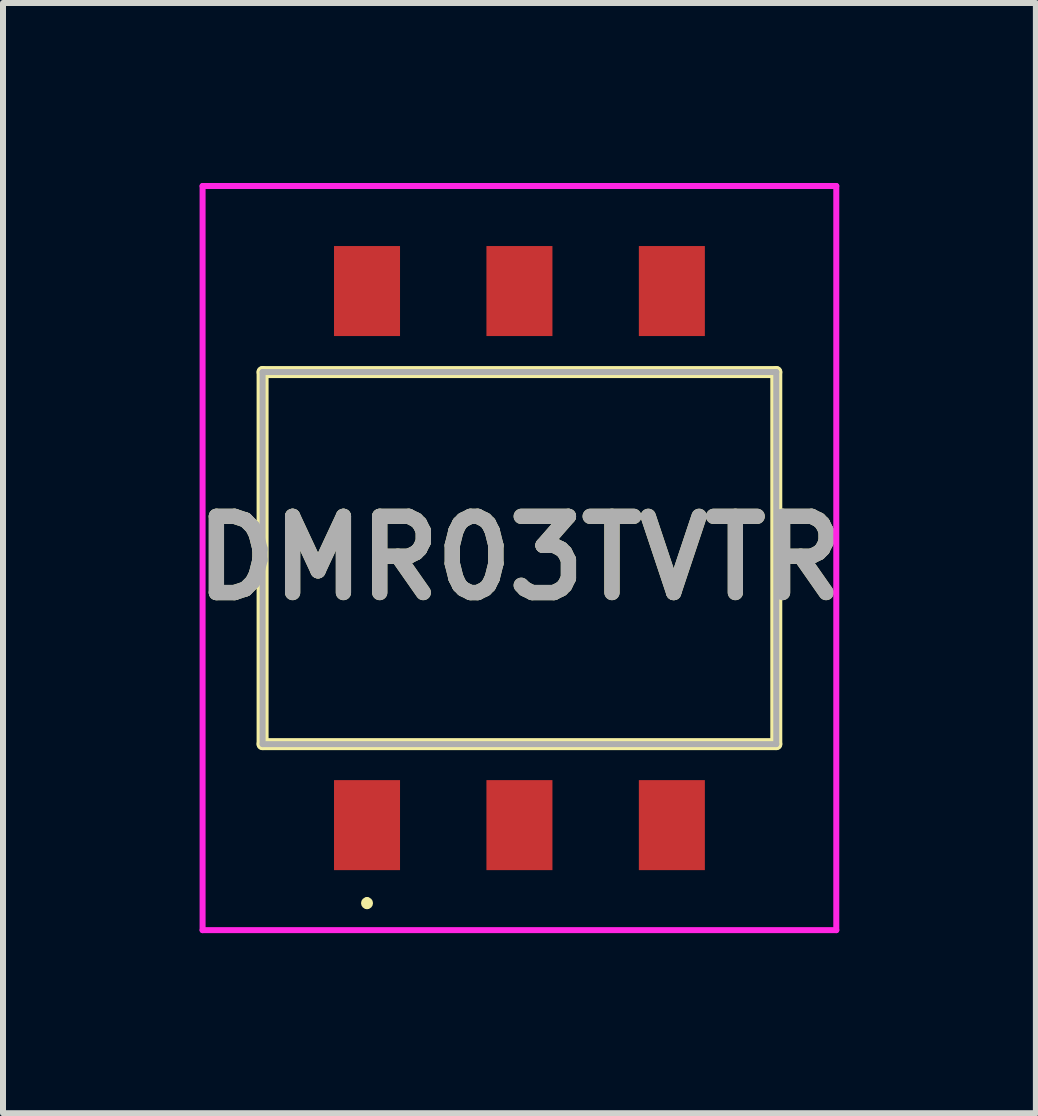
<source format=kicad_pcb>
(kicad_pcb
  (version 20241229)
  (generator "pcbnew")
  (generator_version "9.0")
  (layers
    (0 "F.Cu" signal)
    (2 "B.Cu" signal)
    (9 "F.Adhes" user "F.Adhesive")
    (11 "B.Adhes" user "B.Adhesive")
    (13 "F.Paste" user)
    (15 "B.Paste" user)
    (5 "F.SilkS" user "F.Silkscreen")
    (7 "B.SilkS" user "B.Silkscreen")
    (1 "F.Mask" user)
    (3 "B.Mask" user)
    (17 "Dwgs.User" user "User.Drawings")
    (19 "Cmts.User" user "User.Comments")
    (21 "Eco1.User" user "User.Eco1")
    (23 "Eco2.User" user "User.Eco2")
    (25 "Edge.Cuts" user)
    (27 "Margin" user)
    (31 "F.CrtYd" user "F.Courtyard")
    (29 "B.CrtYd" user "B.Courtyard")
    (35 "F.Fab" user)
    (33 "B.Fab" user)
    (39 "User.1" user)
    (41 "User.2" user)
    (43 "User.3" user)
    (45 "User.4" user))
  (footprint "DMR03TVTR"
    (layer "F.Cu")
    (at 5.606 6.25)
    (property "Reference" "DMR03TVTR" (at 0 0 0) (layer "F.SilkS") (effects (font (size 1.27 1.27) (thickness 0.254))))
    (attr smd)
    (fp_line (start -4.28 -3.1) (end 4.28 -3.1) (stroke (width 0.2) (type solid)) (layer "F.SilkS"))
    (fp_line (start -4.28 3.1) (end -4.28 -3.1) (stroke (width 0.2) (type solid)) (layer "F.SilkS"))
    (fp_line (start -2.54 5.7) (end -2.54 5.7) (stroke (width 0.1) (type solid)) (layer "F.SilkS"))
    (fp_line (start -2.54 5.8) (end -2.54 5.8) (stroke (width 0.1) (type solid)) (layer "F.SilkS"))
    (fp_line (start 4.28 -3.1) (end 4.28 3.1) (stroke (width 0.2) (type solid)) (layer "F.SilkS"))
    (fp_line (start 4.28 3.1) (end -4.28 3.1) (stroke (width 0.2) (type solid)) (layer "F.SilkS"))
    (fp_arc (start -2.54 5.7) (mid -2.49 5.75) (end -2.54 5.8) (stroke (width 0.1) (type solid)) (layer "F.SilkS"))
    (fp_arc (start -2.54 5.8) (mid -2.59 5.75) (end -2.54 5.7) (stroke (width 0.1) (type solid)) (layer "F.SilkS"))
    (fp_line (start -5.28 -6.2) (end 5.28 -6.2) (stroke (width 0.1) (type solid)) (layer "F.CrtYd"))
    (fp_line (start -5.28 6.2) (end -5.28 -6.2) (stroke (width 0.1) (type solid)) (layer "F.CrtYd"))
    (fp_line (start 5.28 -6.2) (end 5.28 6.2) (stroke (width 0.1) (type solid)) (layer "F.CrtYd"))
    (fp_line (start 5.28 6.2) (end -5.28 6.2) (stroke (width 0.1) (type solid)) (layer "F.CrtYd"))
    (fp_line (start -4.28 -3.1) (end 4.28 -3.1) (stroke (width 0.1) (type solid)) (layer "F.Fab"))
    (fp_line (start -4.28 3.1) (end -4.28 -3.1) (stroke (width 0.1) (type solid)) (layer "F.Fab"))
    (fp_line (start 4.28 -3.1) (end 4.28 3.1) (stroke (width 0.1) (type solid)) (layer "F.Fab"))
    (fp_line (start 4.28 3.1) (end -4.28 3.1) (stroke (width 0.1) (type solid)) (layer "F.Fab"))
    (fp_text user "${REFERENCE}" (at 0 0 0) (layer "F.Fab") (effects (font (size 1.27 1.27) (thickness 0.254))))
    (pad "1" smd rect (at -2.54 4.45) (size 1.1 1.5) (layers "F.Cu" "F.Mask" "F.Paste"))
    (pad "2" smd rect (at 0 4.45) (size 1.1 1.5) (layers "F.Cu" "F.Mask" "F.Paste"))
    (pad "3" smd rect (at 2.54 4.45) (size 1.1 1.5) (layers "F.Cu" "F.Mask" "F.Paste"))
    (pad "4" smd rect (at 2.54 -4.45) (size 1.1 1.5) (layers "F.Cu" "F.Mask" "F.Paste"))
    (pad "5" smd rect (at 0 -4.45) (size 1.1 1.5) (layers "F.Cu" "F.Mask" "F.Paste"))
    (pad "6" smd rect (at -2.54 -4.45) (size 1.1 1.5) (layers "F.Cu" "F.Mask" "F.Paste")))
  (gr_rect
    (start -3 -3)
    (end 14.212 15.5)
    (stroke (width 0.1) (type default))
    (fill no)
    (layer "Edge.Cuts")))
</source>
